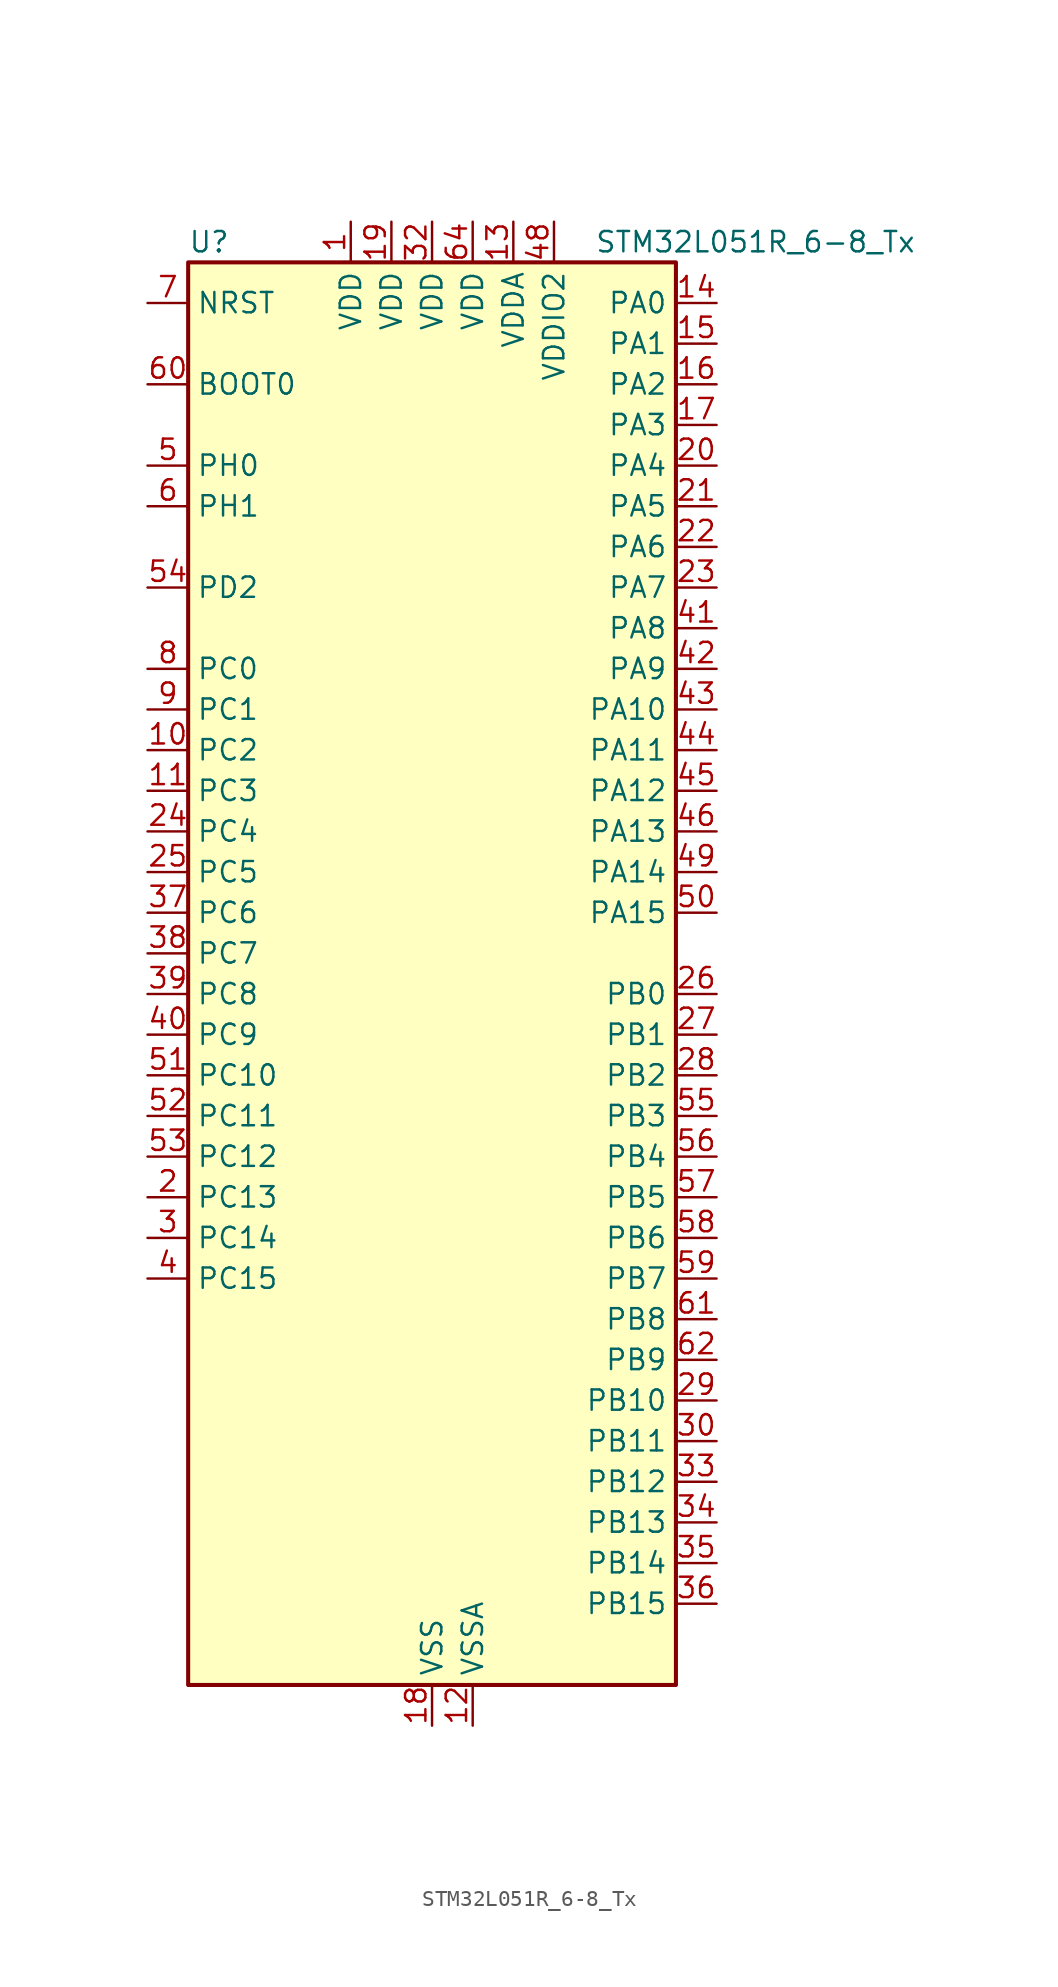
<source format=kicad_sym>
(kicad_symbol_lib
  (version 20231120)
  (generator "kicad_symbol_editor")
  (generator_version "8.0")
  (symbol "STM32L051R_6-8_Tx"
    (property "Reference" "U"
      (at -15.24 46.99 0)
      (effects (font (size 1.27 1.27)) (justify left)))
    (property "Value" "STM32L051R_6-8_Tx"
      (at 10.16 46.99 0)
      (effects (font (size 1.27 1.27)) (justify left)))
    (property "ki_locked" ""
      (at 0 0 0)
      (effects (font (size 1.27 1.27))))
    (symbol "STM32L051R_6-8_Tx_0_1"
      (rectangle (start -15.24 -43.18) (end 15.24 45.72) (stroke (width 0.254) (type default)) (fill (type background))))
    (symbol "STM32L051R_6-8_Tx_1_1"
      (pin power_in line (at -5.08 48.26 270) (length 2.54) (name "VDD" (effects (font (size 1.27 1.27)))) (number "1" (effects (font (size 1.27 1.27)))))
      (pin bidirectional line (at -17.78 15.24 0) (length 2.54) (name "PC2" (effects (font (size 1.27 1.27)))) (number "10" (effects (font (size 1.27 1.27)))) (alternate "ADC_IN12" bidirectional line) (alternate "I2S2_MCK" bidirectional line) (alternate "LPTIM1_IN2" bidirectional line) (alternate "SPI2_MISO" bidirectional line))
      (pin bidirectional line (at -17.78 12.7 0) (length 2.54) (name "PC3" (effects (font (size 1.27 1.27)))) (number "11" (effects (font (size 1.27 1.27)))) (alternate "ADC_IN13" bidirectional line) (alternate "I2S2_SD" bidirectional line) (alternate "LPTIM1_ETR" bidirectional line) (alternate "SPI2_MOSI" bidirectional line))
      (pin power_in line (at 2.54 -45.72 90) (length 2.54) (name "VSSA" (effects (font (size 1.27 1.27)))) (number "12" (effects (font (size 1.27 1.27)))))
      (pin power_in line (at 5.08 48.26 270) (length 2.54) (name "VDDA" (effects (font (size 1.27 1.27)))) (number "13" (effects (font (size 1.27 1.27)))))
      (pin bidirectional line (at 17.78 43.18 180) (length 2.54) (name "PA0" (effects (font (size 1.27 1.27)))) (number "14" (effects (font (size 1.27 1.27)))) (alternate "ADC_IN0" bidirectional line) (alternate "COMP1_INM" bidirectional line) (alternate "COMP1_OUT" bidirectional line) (alternate "RTC_TAMP2" bidirectional line) (alternate "SYS_WKUP1" bidirectional line) (alternate "TIM2_CH1" bidirectional line) (alternate "TIM2_ETR" bidirectional line) (alternate "USART2_CTS" bidirectional line))
      (pin bidirectional line (at 17.78 40.64 180) (length 2.54) (name "PA1" (effects (font (size 1.27 1.27)))) (number "15" (effects (font (size 1.27 1.27)))) (alternate "ADC_IN1" bidirectional line) (alternate "COMP1_INP" bidirectional line) (alternate "TIM21_ETR" bidirectional line) (alternate "TIM2_CH2" bidirectional line) (alternate "USART2_DE" bidirectional line) (alternate "USART2_RTS" bidirectional line))
      (pin bidirectional line (at 17.78 38.1 180) (length 2.54) (name "PA2" (effects (font (size 1.27 1.27)))) (number "16" (effects (font (size 1.27 1.27)))) (alternate "ADC_IN2" bidirectional line) (alternate "COMP2_INM" bidirectional line) (alternate "COMP2_OUT" bidirectional line) (alternate "TIM21_CH1" bidirectional line) (alternate "TIM2_CH3" bidirectional line) (alternate "USART2_TX" bidirectional line))
      (pin bidirectional line (at 17.78 35.56 180) (length 2.54) (name "PA3" (effects (font (size 1.27 1.27)))) (number "17" (effects (font (size 1.27 1.27)))) (alternate "ADC_IN3" bidirectional line) (alternate "COMP2_INP" bidirectional line) (alternate "TIM21_CH2" bidirectional line) (alternate "TIM2_CH4" bidirectional line) (alternate "USART2_RX" bidirectional line))
      (pin power_in line (at 0 -45.72 90) (length 2.54) (name "VSS" (effects (font (size 1.27 1.27)))) (number "18" (effects (font (size 1.27 1.27)))))
      (pin power_in line (at -2.54 48.26 270) (length 2.54) (name "VDD" (effects (font (size 1.27 1.27)))) (number "19" (effects (font (size 1.27 1.27)))))
      (pin bidirectional line (at -17.78 -12.7 0) (length 2.54) (name "PC13" (effects (font (size 1.27 1.27)))) (number "2" (effects (font (size 1.27 1.27)))) (alternate "RTC_OUT_ALARM" bidirectional line) (alternate "RTC_OUT_CALIB" bidirectional line) (alternate "RTC_TAMP1" bidirectional line) (alternate "RTC_TS" bidirectional line) (alternate "SYS_WKUP2" bidirectional line))
      (pin bidirectional line (at 17.78 33.02 180) (length 2.54) (name "PA4" (effects (font (size 1.27 1.27)))) (number "20" (effects (font (size 1.27 1.27)))) (alternate "ADC_IN4" bidirectional line) (alternate "COMP1_INM" bidirectional line) (alternate "COMP2_INM" bidirectional line) (alternate "SPI1_NSS" bidirectional line) (alternate "TIM22_ETR" bidirectional line) (alternate "USART2_CK" bidirectional line))
      (pin bidirectional line (at 17.78 30.48 180) (length 2.54) (name "PA5" (effects (font (size 1.27 1.27)))) (number "21" (effects (font (size 1.27 1.27)))) (alternate "ADC_IN5" bidirectional line) (alternate "COMP1_INM" bidirectional line) (alternate "COMP2_INM" bidirectional line) (alternate "SPI1_SCK" bidirectional line) (alternate "TIM2_CH1" bidirectional line) (alternate "TIM2_ETR" bidirectional line))
      (pin bidirectional line (at 17.78 27.94 180) (length 2.54) (name "PA6" (effects (font (size 1.27 1.27)))) (number "22" (effects (font (size 1.27 1.27)))) (alternate "ADC_IN6" bidirectional line) (alternate "COMP1_OUT" bidirectional line) (alternate "LPUART1_CTS" bidirectional line) (alternate "SPI1_MISO" bidirectional line) (alternate "TIM22_CH1" bidirectional line))
      (pin bidirectional line (at 17.78 25.4 180) (length 2.54) (name "PA7" (effects (font (size 1.27 1.27)))) (number "23" (effects (font (size 1.27 1.27)))) (alternate "ADC_IN7" bidirectional line) (alternate "COMP2_OUT" bidirectional line) (alternate "SPI1_MOSI" bidirectional line) (alternate "TIM22_CH2" bidirectional line))
      (pin bidirectional line (at -17.78 10.16 0) (length 2.54) (name "PC4" (effects (font (size 1.27 1.27)))) (number "24" (effects (font (size 1.27 1.27)))) (alternate "ADC_IN14" bidirectional line) (alternate "LPUART1_TX" bidirectional line))
      (pin bidirectional line (at -17.78 7.62 0) (length 2.54) (name "PC5" (effects (font (size 1.27 1.27)))) (number "25" (effects (font (size 1.27 1.27)))) (alternate "ADC_IN15" bidirectional line) (alternate "LPUART1_RX" bidirectional line))
      (pin bidirectional line (at 17.78 0 180) (length 2.54) (name "PB0" (effects (font (size 1.27 1.27)))) (number "26" (effects (font (size 1.27 1.27)))) (alternate "ADC_IN8" bidirectional line) (alternate "SYS_VREF_OUT_PB0" bidirectional line))
      (pin bidirectional line (at 17.78 -2.54 180) (length 2.54) (name "PB1" (effects (font (size 1.27 1.27)))) (number "27" (effects (font (size 1.27 1.27)))) (alternate "ADC_IN9" bidirectional line) (alternate "LPUART1_DE" bidirectional line) (alternate "LPUART1_RTS" bidirectional line) (alternate "SYS_VREF_OUT_PB1" bidirectional line))
      (pin bidirectional line (at 17.78 -5.08 180) (length 2.54) (name "PB2" (effects (font (size 1.27 1.27)))) (number "28" (effects (font (size 1.27 1.27)))) (alternate "LPTIM1_OUT" bidirectional line))
      (pin bidirectional line (at 17.78 -25.4 180) (length 2.54) (name "PB10" (effects (font (size 1.27 1.27)))) (number "29" (effects (font (size 1.27 1.27)))) (alternate "I2C2_SCL" bidirectional line) (alternate "LPUART1_TX" bidirectional line) (alternate "SPI2_SCK" bidirectional line) (alternate "TIM2_CH3" bidirectional line))
      (pin bidirectional line (at -17.78 -15.24 0) (length 2.54) (name "PC14" (effects (font (size 1.27 1.27)))) (number "3" (effects (font (size 1.27 1.27)))) (alternate "RCC_OSC32_IN" bidirectional line))
      (pin bidirectional line (at 17.78 -27.94 180) (length 2.54) (name "PB11" (effects (font (size 1.27 1.27)))) (number "30" (effects (font (size 1.27 1.27)))) (alternate "ADC_EXTI11" bidirectional line) (alternate "I2C2_SDA" bidirectional line) (alternate "LPUART1_RX" bidirectional line) (alternate "TIM2_CH4" bidirectional line))
      (pin passive line (at 0 -45.72 90) (length 2.54) hide (name "VSS" (effects (font (size 1.27 1.27)))) (number "31" (effects (font (size 1.27 1.27)))))
      (pin power_in line (at 0 48.26 270) (length 2.54) (name "VDD" (effects (font (size 1.27 1.27)))) (number "32" (effects (font (size 1.27 1.27)))))
      (pin bidirectional line (at 17.78 -30.48 180) (length 2.54) (name "PB12" (effects (font (size 1.27 1.27)))) (number "33" (effects (font (size 1.27 1.27)))) (alternate "I2S2_WS" bidirectional line) (alternate "LPUART1_DE" bidirectional line) (alternate "LPUART1_RTS" bidirectional line) (alternate "SPI2_NSS" bidirectional line))
      (pin bidirectional line (at 17.78 -33.02 180) (length 2.54) (name "PB13" (effects (font (size 1.27 1.27)))) (number "34" (effects (font (size 1.27 1.27)))) (alternate "I2C2_SCL" bidirectional line) (alternate "I2S2_CK" bidirectional line) (alternate "LPUART1_CTS" bidirectional line) (alternate "SPI2_SCK" bidirectional line) (alternate "TIM21_CH1" bidirectional line))
      (pin bidirectional line (at 17.78 -35.56 180) (length 2.54) (name "PB14" (effects (font (size 1.27 1.27)))) (number "35" (effects (font (size 1.27 1.27)))) (alternate "I2C2_SDA" bidirectional line) (alternate "I2S2_MCK" bidirectional line) (alternate "LPUART1_DE" bidirectional line) (alternate "LPUART1_RTS" bidirectional line) (alternate "RTC_OUT_ALARM" bidirectional line) (alternate "RTC_OUT_CALIB" bidirectional line) (alternate "SPI2_MISO" bidirectional line) (alternate "TIM21_CH2" bidirectional line))
      (pin bidirectional line (at 17.78 -38.1 180) (length 2.54) (name "PB15" (effects (font (size 1.27 1.27)))) (number "36" (effects (font (size 1.27 1.27)))) (alternate "I2S2_SD" bidirectional line) (alternate "RTC_REFIN" bidirectional line) (alternate "SPI2_MOSI" bidirectional line))
      (pin bidirectional line (at -17.78 5.08 0) (length 2.54) (name "PC6" (effects (font (size 1.27 1.27)))) (number "37" (effects (font (size 1.27 1.27)))) (alternate "TIM22_CH1" bidirectional line))
      (pin bidirectional line (at -17.78 2.54 0) (length 2.54) (name "PC7" (effects (font (size 1.27 1.27)))) (number "38" (effects (font (size 1.27 1.27)))) (alternate "TIM22_CH2" bidirectional line))
      (pin bidirectional line (at -17.78 0 0) (length 2.54) (name "PC8" (effects (font (size 1.27 1.27)))) (number "39" (effects (font (size 1.27 1.27)))) (alternate "TIM22_ETR" bidirectional line))
      (pin bidirectional line (at -17.78 -17.78 0) (length 2.54) (name "PC15" (effects (font (size 1.27 1.27)))) (number "4" (effects (font (size 1.27 1.27)))) (alternate "RCC_OSC32_OUT" bidirectional line))
      (pin bidirectional line (at -17.78 -2.54 0) (length 2.54) (name "PC9" (effects (font (size 1.27 1.27)))) (number "40" (effects (font (size 1.27 1.27)))) (alternate "TIM21_ETR" bidirectional line))
      (pin bidirectional line (at 17.78 22.86 180) (length 2.54) (name "PA8" (effects (font (size 1.27 1.27)))) (number "41" (effects (font (size 1.27 1.27)))) (alternate "RCC_MCO" bidirectional line) (alternate "USART1_CK" bidirectional line))
      (pin bidirectional line (at 17.78 20.32 180) (length 2.54) (name "PA9" (effects (font (size 1.27 1.27)))) (number "42" (effects (font (size 1.27 1.27)))) (alternate "RCC_MCO" bidirectional line) (alternate "USART1_TX" bidirectional line))
      (pin bidirectional line (at 17.78 17.78 180) (length 2.54) (name "PA10" (effects (font (size 1.27 1.27)))) (number "43" (effects (font (size 1.27 1.27)))) (alternate "USART1_RX" bidirectional line))
      (pin bidirectional line (at 17.78 15.24 180) (length 2.54) (name "PA11" (effects (font (size 1.27 1.27)))) (number "44" (effects (font (size 1.27 1.27)))) (alternate "ADC_EXTI11" bidirectional line) (alternate "COMP1_OUT" bidirectional line) (alternate "SPI1_MISO" bidirectional line) (alternate "USART1_CTS" bidirectional line))
      (pin bidirectional line (at 17.78 12.7 180) (length 2.54) (name "PA12" (effects (font (size 1.27 1.27)))) (number "45" (effects (font (size 1.27 1.27)))) (alternate "COMP2_OUT" bidirectional line) (alternate "SPI1_MOSI" bidirectional line) (alternate "USART1_DE" bidirectional line) (alternate "USART1_RTS" bidirectional line))
      (pin bidirectional line (at 17.78 10.16 180) (length 2.54) (name "PA13" (effects (font (size 1.27 1.27)))) (number "46" (effects (font (size 1.27 1.27)))) (alternate "SYS_SWDIO" bidirectional line))
      (pin passive line (at 0 -45.72 90) (length 2.54) hide (name "VSS" (effects (font (size 1.27 1.27)))) (number "47" (effects (font (size 1.27 1.27)))))
      (pin power_in line (at 7.62 48.26 270) (length 2.54) (name "VDDIO2" (effects (font (size 1.27 1.27)))) (number "48" (effects (font (size 1.27 1.27)))))
      (pin bidirectional line (at 17.78 7.62 180) (length 2.54) (name "PA14" (effects (font (size 1.27 1.27)))) (number "49" (effects (font (size 1.27 1.27)))) (alternate "SYS_SWCLK" bidirectional line) (alternate "USART2_TX" bidirectional line))
      (pin bidirectional line (at -17.78 33.02 0) (length 2.54) (name "PH0" (effects (font (size 1.27 1.27)))) (number "5" (effects (font (size 1.27 1.27)))) (alternate "RCC_OSC_IN" bidirectional line))
      (pin bidirectional line (at 17.78 5.08 180) (length 2.54) (name "PA15" (effects (font (size 1.27 1.27)))) (number "50" (effects (font (size 1.27 1.27)))) (alternate "SPI1_NSS" bidirectional line) (alternate "TIM2_CH1" bidirectional line) (alternate "TIM2_ETR" bidirectional line) (alternate "USART2_RX" bidirectional line))
      (pin bidirectional line (at -17.78 -5.08 0) (length 2.54) (name "PC10" (effects (font (size 1.27 1.27)))) (number "51" (effects (font (size 1.27 1.27)))) (alternate "LPUART1_TX" bidirectional line))
      (pin bidirectional line (at -17.78 -7.62 0) (length 2.54) (name "PC11" (effects (font (size 1.27 1.27)))) (number "52" (effects (font (size 1.27 1.27)))) (alternate "ADC_EXTI11" bidirectional line) (alternate "LPUART1_RX" bidirectional line))
      (pin bidirectional line (at -17.78 -10.16 0) (length 2.54) (name "PC12" (effects (font (size 1.27 1.27)))) (number "53" (effects (font (size 1.27 1.27)))))
      (pin bidirectional line (at -17.78 25.4 0) (length 2.54) (name "PD2" (effects (font (size 1.27 1.27)))) (number "54" (effects (font (size 1.27 1.27)))) (alternate "LPUART1_DE" bidirectional line) (alternate "LPUART1_RTS" bidirectional line))
      (pin bidirectional line (at 17.78 -7.62 180) (length 2.54) (name "PB3" (effects (font (size 1.27 1.27)))) (number "55" (effects (font (size 1.27 1.27)))) (alternate "COMP2_INM" bidirectional line) (alternate "SPI1_SCK" bidirectional line) (alternate "TIM2_CH2" bidirectional line))
      (pin bidirectional line (at 17.78 -10.16 180) (length 2.54) (name "PB4" (effects (font (size 1.27 1.27)))) (number "56" (effects (font (size 1.27 1.27)))) (alternate "COMP2_INP" bidirectional line) (alternate "SPI1_MISO" bidirectional line) (alternate "TIM22_CH1" bidirectional line))
      (pin bidirectional line (at 17.78 -12.7 180) (length 2.54) (name "PB5" (effects (font (size 1.27 1.27)))) (number "57" (effects (font (size 1.27 1.27)))) (alternate "COMP2_INP" bidirectional line) (alternate "I2C1_SMBA" bidirectional line) (alternate "LPTIM1_IN1" bidirectional line) (alternate "SPI1_MOSI" bidirectional line) (alternate "TIM22_CH2" bidirectional line))
      (pin bidirectional line (at 17.78 -15.24 180) (length 2.54) (name "PB6" (effects (font (size 1.27 1.27)))) (number "58" (effects (font (size 1.27 1.27)))) (alternate "COMP2_INP" bidirectional line) (alternate "I2C1_SCL" bidirectional line) (alternate "LPTIM1_ETR" bidirectional line) (alternate "USART1_TX" bidirectional line))
      (pin bidirectional line (at 17.78 -17.78 180) (length 2.54) (name "PB7" (effects (font (size 1.27 1.27)))) (number "59" (effects (font (size 1.27 1.27)))) (alternate "COMP2_INP" bidirectional line) (alternate "I2C1_SDA" bidirectional line) (alternate "LPTIM1_IN2" bidirectional line) (alternate "SYS_PVD_IN" bidirectional line) (alternate "USART1_RX" bidirectional line))
      (pin bidirectional line (at -17.78 30.48 0) (length 2.54) (name "PH1" (effects (font (size 1.27 1.27)))) (number "6" (effects (font (size 1.27 1.27)))) (alternate "RCC_OSC_OUT" bidirectional line))
      (pin input line (at -17.78 38.1 0) (length 2.54) (name "BOOT0" (effects (font (size 1.27 1.27)))) (number "60" (effects (font (size 1.27 1.27)))))
      (pin bidirectional line (at 17.78 -20.32 180) (length 2.54) (name "PB8" (effects (font (size 1.27 1.27)))) (number "61" (effects (font (size 1.27 1.27)))) (alternate "I2C1_SCL" bidirectional line))
      (pin bidirectional line (at 17.78 -22.86 180) (length 2.54) (name "PB9" (effects (font (size 1.27 1.27)))) (number "62" (effects (font (size 1.27 1.27)))) (alternate "I2C1_SDA" bidirectional line) (alternate "I2S2_WS" bidirectional line) (alternate "SPI2_NSS" bidirectional line))
      (pin passive line (at 0 -45.72 90) (length 2.54) hide (name "VSS" (effects (font (size 1.27 1.27)))) (number "63" (effects (font (size 1.27 1.27)))))
      (pin power_in line (at 2.54 48.26 270) (length 2.54) (name "VDD" (effects (font (size 1.27 1.27)))) (number "64" (effects (font (size 1.27 1.27)))))
      (pin input line (at -17.78 43.18 0) (length 2.54) (name "NRST" (effects (font (size 1.27 1.27)))) (number "7" (effects (font (size 1.27 1.27)))))
      (pin bidirectional line (at -17.78 20.32 0) (length 2.54) (name "PC0" (effects (font (size 1.27 1.27)))) (number "8" (effects (font (size 1.27 1.27)))) (alternate "ADC_IN10" bidirectional line) (alternate "LPTIM1_IN1" bidirectional line))
      (pin bidirectional line (at -17.78 17.78 0) (length 2.54) (name "PC1" (effects (font (size 1.27 1.27)))) (number "9" (effects (font (size 1.27 1.27)))) (alternate "ADC_IN11" bidirectional line) (alternate "LPTIM1_OUT" bidirectional line)))))
</source>
